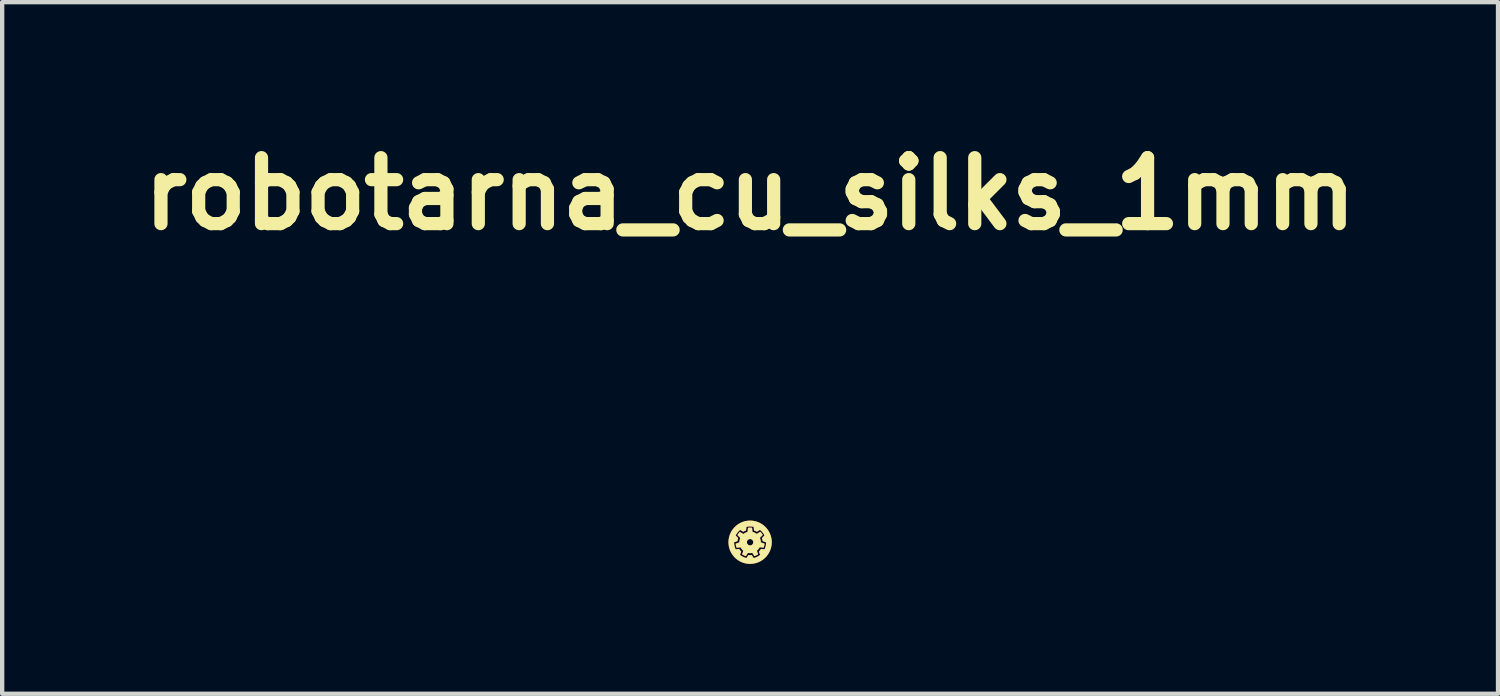
<source format=kicad_pcb>
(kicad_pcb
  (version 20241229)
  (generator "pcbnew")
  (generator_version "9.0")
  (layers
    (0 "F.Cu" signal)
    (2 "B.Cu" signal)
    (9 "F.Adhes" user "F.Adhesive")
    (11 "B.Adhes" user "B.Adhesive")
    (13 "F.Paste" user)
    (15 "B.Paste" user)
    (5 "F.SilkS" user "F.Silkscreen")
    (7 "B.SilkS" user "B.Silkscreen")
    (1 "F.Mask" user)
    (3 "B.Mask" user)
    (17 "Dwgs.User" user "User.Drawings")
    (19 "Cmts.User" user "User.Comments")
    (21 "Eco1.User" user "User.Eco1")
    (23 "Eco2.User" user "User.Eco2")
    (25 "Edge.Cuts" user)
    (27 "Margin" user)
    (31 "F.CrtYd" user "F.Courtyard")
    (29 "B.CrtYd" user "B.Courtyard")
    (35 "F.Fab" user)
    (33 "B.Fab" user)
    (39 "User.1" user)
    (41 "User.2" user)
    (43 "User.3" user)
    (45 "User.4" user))
  (footprint "robotarna_cu_silks_1mm"
    (layer "F.Cu")
    (at 14.275 9.474)
    (property "Reference" "robotarna_cu_silks_1mm" (at 0 -8.048 0) (layer "F.SilkS") (effects (font (size 1.524 1.524) (thickness 0.305))))
    (attr smd)
    (fp_poly (pts (xy -0.000001 0.073) (xy -0.331 0.061) (xy -0.33 0.067) (xy -0.328 0.072) (xy -0.327 0.077) (xy -0.326 0.082) (xy -0.325 0.088) (xy -0.323 0.093) (xy -0.322 0.098) (xy -0.32 0.103) (xy -0.318 0.108) (xy -0.317 0.113) (xy -0.315 0.118) (xy -0.313 0.123) (xy -0.311 0.128) (xy -0.22 0.118) (xy -0.218 0.122) (xy -0.215 0.127) (xy -0.213 0.132) (xy -0.21 0.136) (xy -0.207 0.141) (xy -0.204 0.145) (xy -0.201 0.15) (xy -0.197 0.154) (xy -0.194 0.158) (xy -0.191 0.162) (xy -0.187 0.166) (xy -0.184 0.17) (xy -0.18 0.174) (xy -0.176 0.178) (xy -0.173 0.182) (xy -0.169 0.185) (xy -0.165 0.189) (xy -0.161 0.193) (xy -0.157 0.196) (xy -0.185 0.28) (xy -0.181 0.283) (xy -0.176 0.286) (xy -0.171 0.288) (xy -0.167 0.291) (xy -0.162 0.294) (xy -0.157 0.296) (xy -0.152 0.299) (xy -0.148 0.301) (xy -0.143 0.303) (xy -0.138 0.306) (xy -0.133 0.308) (xy -0.128 0.31) (xy -0.123 0.312) (xy -0.118 0.314) (xy -0.113 0.316) (xy -0.107 0.318) (xy -0.102 0.319) (xy -0.097 0.321) (xy -0.05 0.247) (xy -0.045 0.248) (xy -0.039 0.249) (xy -0.034 0.249) (xy -0.028 0.25) (xy -0.023 0.251) (xy -0.017 0.251) (xy -0.012 0.251) (xy -0.006 0.252) (xy -0.000186 0.252) (xy 0.005 0.252) (xy 0.01 0.251) (xy 0.015 0.251) (xy 0.02 0.251) (xy 0.026 0.25) (xy 0.031 0.25) (xy 0.036 0.249) (xy 0.041 0.248) (xy 0.046 0.247) (xy 0.051 0.247) (xy 0.098 0.321) (xy 0.103 0.319) (xy 0.109 0.317) (xy 0.114 0.316) (xy 0.119 0.314) (xy 0.124 0.312) (xy 0.129 0.31) (xy 0.134 0.308) (xy 0.139 0.305) (xy 0.144 0.303) (xy 0.149 0.301) (xy 0.153 0.298) (xy 0.158 0.296) (xy 0.163 0.293) (xy 0.168 0.291) (xy 0.172 0.288) (xy 0.177 0.285) (xy 0.181 0.282) (xy 0.186 0.279) (xy 0.157 0.196) (xy 0.161 0.192) (xy 0.165 0.189) (xy 0.169 0.185) (xy 0.173 0.182) (xy 0.177 0.178) (xy 0.181 0.174) (xy 0.184 0.17) (xy 0.188 0.166) (xy 0.192 0.162) (xy 0.195 0.157) (xy 0.198 0.153) (xy 0.201 0.149) (xy 0.205 0.144) (xy 0.208 0.14) (xy 0.211 0.135) (xy 0.213 0.131) (xy 0.216 0.126) (xy 0.219 0.121) (xy 0.221 0.116) (xy 0.312 0.126) (xy 0.314 0.121) (xy 0.316 0.116) (xy 0.318 0.111) (xy 0.319 0.106) (xy 0.321 0.101) (xy 0.322 0.096) (xy 0.324 0.091) (xy 0.325 0.086) (xy 0.327 0.08) (xy 0.328 0.075) (xy 0.329 0.07) (xy 0.33 0.065) (xy 0.331 0.059) (xy 0.332 0.054) (xy 0.333 0.049) (xy 0.334 0.043) (xy 0.334 0.038) (xy 0.335 0.033) (xy 0.249 0.002) (xy 0.248 -0.004) (xy 0.248 -0.009) (xy 0.248 -0.015) (xy 0.247 -0.021) (xy 0.247 -0.026) (xy 0.246 -0.032) (xy 0.245 -0.038) (xy 0.244 -0.043) (xy 0.243 -0.049) (xy 0.242 -0.054) (xy 0.241 -0.059) (xy 0.239 -0.065) (xy 0.238 -0.07) (xy 0.236 -0.075) (xy 0.234 -0.081) (xy 0.232 -0.086) (xy 0.23 -0.091) (xy 0.228 -0.096) (xy 0.226 -0.101) (xy 0.292 -0.169) (xy 0.29 -0.173) (xy 0.287 -0.178) (xy 0.284 -0.183) (xy 0.281 -0.188) (xy 0.277 -0.192) (xy 0.274 -0.197) (xy 0.271 -0.201) (xy 0.268 -0.206) (xy 0.264 -0.21) (xy 0.261 -0.214) (xy 0.257 -0.219) (xy 0.254 -0.223) (xy 0.25 -0.227) (xy 0.246 -0.231) (xy 0.242 -0.235) (xy 0.238 -0.239) (xy 0.234 -0.243) (xy 0.153 -0.192) (xy 0.149 -0.195) (xy 0.145 -0.199) (xy 0.141 -0.202) (xy 0.136 -0.205) (xy 0.132 -0.208) (xy 0.127 -0.21) (xy 0.122 -0.213) (xy 0.118 -0.216) (xy 0.113 -0.218) (xy 0.108 -0.221) (xy 0.103 -0.223) (xy 0.098 -0.225) (xy 0.093 -0.227) (xy 0.088 -0.229) (xy 0.083 -0.231) (xy 0.078 -0.233) (xy 0.073 -0.234) (xy 0.067 -0.236) (xy 0.062 -0.237) (xy 0.057 -0.239) (xy 0.045 -0.335) (xy 0.04 -0.336) (xy 0.034 -0.336) (xy 0.029 -0.337) (xy 0.023 -0.337) (xy 0.017 -0.338) (xy 0.012 -0.338) (xy 0.006 -0.338) (xy 0.001 -0.338) (xy -0.005 -0.338) (xy -0.011 -0.338) (xy -0.016 -0.338) (xy -0.022 -0.337) (xy -0.027 -0.337) (xy -0.033 -0.336) (xy -0.038 -0.336) (xy -0.043 -0.335) (xy -0.049 -0.334) (xy -0.06 -0.238) (xy -0.065 -0.237) (xy -0.07 -0.235) (xy -0.075 -0.233) (xy -0.081 -0.232) (xy -0.086 -0.23) (xy -0.091 -0.228) (xy -0.096 -0.226) (xy -0.101 -0.224) (xy -0.106 -0.222) (xy -0.11 -0.219) (xy -0.115 -0.217) (xy -0.12 -0.214) (xy -0.125 -0.212) (xy -0.129 -0.209) (xy -0.134 -0.206) (xy -0.138 -0.203) (xy -0.142 -0.2) (xy -0.147 -0.197) (xy -0.151 -0.194) (xy -0.155 -0.191) (xy -0.237 -0.241) (xy -0.24 -0.237) (xy -0.244 -0.233) (xy -0.248 -0.229) (xy -0.252 -0.225) (xy -0.255 -0.22) (xy -0.259 -0.216) (xy -0.263 -0.212) (xy -0.266 -0.207) (xy -0.269 -0.203) (xy -0.273 -0.198) (xy -0.276 -0.194) (xy -0.279 -0.189) (xy -0.282 -0.185) (xy -0.285 -0.18) (xy -0.288 -0.175) (xy -0.291 -0.17) (xy -0.294 -0.165) (xy -0.227 -0.098) (xy -0.229 -0.093) (xy -0.231 -0.088) (xy -0.233 -0.083) (xy -0.235 -0.078) (xy -0.236 -0.073) (xy -0.238 -0.068) (xy -0.239 -0.063) (xy -0.241 -0.057) (xy -0.242 -0.052) (xy -0.243 -0.047) (xy -0.244 -0.041) (xy -0.245 -0.036) (xy -0.246 -0.031) (xy -0.247 -0.025) (xy -0.247 -0.02) (xy -0.248 -0.014) (xy -0.248 -0.008) (xy -0.248 -0.003) (xy -0.248 0.003) (xy -0.248 0.003) (xy -0.335 0.034) (xy -0.334 0.04) (xy -0.333 0.045) (xy -0.332 0.051) (xy -0.332 0.056) (xy -0.331 0.061) (xy -0.000001 0.073) (xy -0.005 0.073) (xy -0.01 0.072) (xy -0.015 0.071) (xy -0.02 0.07) (xy -0.025 0.069) (xy -0.03 0.067) (xy -0.034 0.065) (xy -0.038 0.062) (xy -0.042 0.059) (xy -0.046 0.056) (xy -0.05 0.053) (xy -0.053 0.05) (xy -0.056 0.046) (xy -0.059 0.042) (xy -0.062 0.038) (xy -0.065 0.034) (xy -0.067 0.03) (xy -0.069 0.025) (xy -0.07 0.02) (xy -0.071 0.015) (xy -0.072 0.01) (xy -0.073 0.005) (xy -0.073 0.000002) (xy -0.073 -0.005) (xy -0.072 -0.01) (xy -0.071 -0.015) (xy -0.07 -0.02) (xy -0.069 -0.025) (xy -0.067 -0.03) (xy -0.065 -0.034) (xy -0.062 -0.038) (xy -0.059 -0.042) (xy -0.056 -0.046) (xy -0.053 -0.05) (xy -0.05 -0.053) (xy -0.046 -0.056) (xy -0.042 -0.059) (xy -0.038 -0.062) (xy -0.034 -0.065) (xy -0.03 -0.067) (xy -0.025 -0.069) (xy -0.02 -0.07) (xy -0.015 -0.071) (xy -0.01 -0.072) (xy -0.005 -0.073) (xy -0.000001 -0.073) (xy 0.005 -0.073) (xy 0.01 -0.072) (xy 0.015 -0.071) (xy 0.02 -0.07) (xy 0.025 -0.069) (xy 0.03 -0.067) (xy 0.034 -0.065) (xy 0.038 -0.062) (xy 0.042 -0.059) (xy 0.046 -0.056) (xy 0.05 -0.053) (xy 0.053 -0.05) (xy 0.056 -0.046) (xy 0.059 -0.042) (xy 0.062 -0.038) (xy 0.065 -0.034) (xy 0.067 -0.03) (xy 0.069 -0.025) (xy 0.07 -0.02) (xy 0.071 -0.015) (xy 0.072 -0.01) (xy 0.073 -0.005) (xy 0.073 0.000002) (xy 0.073 0.005) (xy 0.072 0.01) (xy 0.071 0.015) (xy 0.07 0.02) (xy 0.069 0.025) (xy 0.067 0.03) (xy 0.065 0.034) (xy 0.062 0.038) (xy 0.059 0.042) (xy 0.056 0.046) (xy 0.053 0.05) (xy 0.05 0.053) (xy 0.046 0.056) (xy 0.042 0.059) (xy 0.038 0.062) (xy 0.034 0.065) (xy 0.03 0.067) (xy 0.025 0.069) (xy 0.02 0.07) (xy 0.015 0.071) (xy 0.01 0.072) (xy 0.005 0.073) (xy -0.000001 0.073)) (stroke (width 0) (type solid)) (fill yes) (layer "F.Cu"))
    (fp_poly (pts (xy 0.333 0.163) (xy 0.074 0.495) (xy 0.079 0.494) (xy 0.084 0.493) (xy 0.089 0.492) (xy 0.094 0.491) (xy 0.099 0.49) (xy 0.105 0.489) (xy 0.11 0.488) (xy 0.115 0.487) (xy 0.12 0.486) (xy 0.125 0.484) (xy 0.13 0.483) (xy 0.135 0.482) (xy 0.139 0.48) (xy 0.144 0.479) (xy 0.149 0.477) (xy 0.154 0.476) (xy 0.159 0.474) (xy 0.164 0.473) (xy 0.169 0.471) (xy 0.173 0.469) (xy 0.178 0.467) (xy 0.183 0.465) (xy 0.188 0.464) (xy 0.192 0.462) (xy 0.197 0.46) (xy 0.202 0.458) (xy 0.206 0.456) (xy 0.211 0.454) (xy 0.215 0.451) (xy 0.22 0.449) (xy 0.224 0.447) (xy 0.229 0.445) (xy 0.233 0.442) (xy 0.238 0.44) (xy 0.242 0.438) (xy 0.247 0.435) (xy 0.251 0.433) (xy 0.255 0.43) (xy 0.26 0.427) (xy 0.264 0.425) (xy 0.268 0.422) (xy 0.272 0.419) (xy 0.276 0.417) (xy 0.281 0.414) (xy 0.285 0.411) (xy 0.289 0.408) (xy 0.293 0.405) (xy 0.297 0.402) (xy 0.301 0.399) (xy 0.305 0.396) (xy 0.309 0.393) (xy 0.313 0.39) (xy 0.317 0.387) (xy 0.32 0.384) (xy 0.324 0.381) (xy 0.328 0.377) (xy 0.332 0.374) (xy 0.335 0.371) (xy 0.339 0.367) (xy 0.343 0.364) (xy 0.346 0.361) (xy 0.35 0.357) (xy 0.354 0.354) (xy 0.357 0.35) (xy 0.361 0.346) (xy 0.364 0.343) (xy 0.367 0.339) (xy 0.371 0.335) (xy 0.374 0.332) (xy 0.377 0.328) (xy 0.381 0.324) (xy 0.384 0.32) (xy 0.387 0.317) (xy 0.39 0.313) (xy 0.393 0.309) (xy 0.396 0.305) (xy 0.399 0.301) (xy 0.402 0.297) (xy 0.405 0.293) (xy 0.408 0.289) (xy 0.411 0.285) (xy 0.414 0.281) (xy 0.417 0.276) (xy 0.419 0.272) (xy 0.422 0.268) (xy 0.425 0.264) (xy 0.427 0.26) (xy 0.43 0.255) (xy 0.433 0.251) (xy 0.435 0.247) (xy 0.438 0.242) (xy 0.44 0.238) (xy 0.442 0.233) (xy 0.445 0.229) (xy 0.447 0.224) (xy 0.449 0.22) (xy 0.451 0.215) (xy 0.454 0.211) (xy 0.456 0.206) (xy 0.458 0.202) (xy 0.46 0.197) (xy 0.462 0.192) (xy 0.464 0.188) (xy 0.465 0.183) (xy 0.467 0.178) (xy 0.469 0.173) (xy 0.471 0.169) (xy 0.473 0.164) (xy 0.474 0.159) (xy 0.476 0.154) (xy 0.477 0.149) (xy 0.479 0.144) (xy 0.48 0.139) (xy 0.482 0.135) (xy 0.483 0.13) (xy 0.484 0.125) (xy 0.486 0.12) (xy 0.487 0.115) (xy 0.488 0.11) (xy 0.489 0.105) (xy 0.49 0.1) (xy 0.491 0.094) (xy 0.492 0.089) (xy 0.493 0.084) (xy 0.494 0.079) (xy 0.495 0.074) (xy 0.495 0.069) (xy 0.496 0.064) (xy 0.497 0.058) (xy 0.497 0.053) (xy 0.498 0.048) (xy 0.498 0.043) (xy 0.499 0.037) (xy 0.499 0.032) (xy 0.499 0.027) (xy 0.5 0.021) (xy 0.5 0.016) (xy 0.5 0.011) (xy 0.5 0.005) (xy 0.5 0.000001) (xy 0.5 -0.005) (xy 0.5 -0.011) (xy 0.5 -0.016) (xy 0.5 -0.021) (xy 0.499 -0.027) (xy 0.499 -0.032) (xy 0.499 -0.037) (xy 0.498 -0.043) (xy 0.498 -0.048) (xy 0.497 -0.053) (xy 0.497 -0.058) (xy 0.496 -0.064) (xy 0.495 -0.069) (xy 0.495 -0.074) (xy 0.494 -0.079) (xy 0.493 -0.084) (xy 0.492 -0.089) (xy 0.491 -0.094) (xy 0.49 -0.099) (xy 0.489 -0.105) (xy 0.488 -0.11) (xy 0.487 -0.115) (xy 0.486 -0.12) (xy 0.484 -0.125) (xy 0.483 -0.13) (xy 0.482 -0.135) (xy 0.48 -0.139) (xy 0.479 -0.144) (xy 0.477 -0.149) (xy 0.476 -0.154) (xy 0.474 -0.159) (xy 0.473 -0.164) (xy 0.471 -0.169) (xy 0.469 -0.173) (xy 0.467 -0.178) (xy 0.465 -0.183) (xy 0.464 -0.188) (xy 0.462 -0.192) (xy 0.46 -0.197) (xy 0.458 -0.202) (xy 0.456 -0.206) (xy 0.454 -0.211) (xy 0.451 -0.215) (xy 0.449 -0.22) (xy 0.447 -0.224) (xy 0.445 -0.229) (xy 0.442 -0.233) (xy 0.44 -0.238) (xy 0.438 -0.242) (xy 0.435 -0.247) (xy 0.433 -0.251) (xy 0.43 -0.255) (xy 0.427 -0.26) (xy 0.425 -0.264) (xy 0.422 -0.268) (xy 0.419 -0.272) (xy 0.417 -0.276) (xy 0.414 -0.281) (xy 0.411 -0.285) (xy 0.408 -0.289) (xy 0.405 -0.293) (xy 0.402 -0.297) (xy 0.399 -0.301) (xy 0.396 -0.305) (xy 0.393 -0.309) (xy 0.39 -0.313) (xy 0.387 -0.317) (xy 0.384 -0.32) (xy 0.381 -0.324) (xy 0.377 -0.328) (xy 0.374 -0.332) (xy 0.371 -0.335) (xy 0.367 -0.339) (xy 0.364 -0.343) (xy 0.361 -0.346) (xy 0.357 -0.35) (xy 0.354 -0.354) (xy 0.35 -0.357) (xy 0.346 -0.361) (xy 0.343 -0.364) (xy 0.339 -0.367) (xy 0.335 -0.371) (xy 0.332 -0.374) (xy 0.328 -0.377) (xy 0.324 -0.381) (xy 0.32 -0.384) (xy 0.317 -0.387) (xy 0.313 -0.39) (xy 0.309 -0.393) (xy 0.305 -0.396) (xy 0.301 -0.399) (xy 0.297 -0.402) (xy 0.293 -0.405) (xy 0.289 -0.408) (xy 0.285 -0.411) (xy 0.281 -0.414) (xy 0.276 -0.417) (xy 0.272 -0.419) (xy 0.268 -0.422) (xy 0.264 -0.425) (xy 0.26 -0.427) (xy 0.255 -0.43) (xy 0.251 -0.433) (xy 0.247 -0.435) (xy 0.242 -0.438) (xy 0.238 -0.44) (xy 0.233 -0.442) (xy 0.229 -0.445) (xy 0.224 -0.447) (xy 0.22 -0.449) (xy 0.215 -0.451) (xy 0.211 -0.454) (xy 0.206 -0.456) (xy 0.202 -0.458) (xy 0.197 -0.46) (xy 0.192 -0.462) (xy 0.188 -0.464) (xy 0.183 -0.465) (xy 0.178 -0.467) (xy 0.173 -0.469) (xy 0.169 -0.471) (xy 0.164 -0.473) (xy 0.159 -0.474) (xy 0.154 -0.476) (xy 0.149 -0.477) (xy 0.144 -0.479) (xy 0.139 -0.48) (xy 0.135 -0.482) (xy 0.13 -0.483) (xy 0.125 -0.484) (xy 0.12 -0.486) (xy 0.115 -0.487) (xy 0.11 -0.488) (xy 0.105 -0.489) (xy 0.099 -0.49) (xy 0.094 -0.491) (xy 0.089 -0.492) (xy 0.084 -0.493) (xy 0.079 -0.494) (xy 0.074 -0.495) (xy 0.069 -0.495) (xy 0.064 -0.496) (xy 0.058 -0.497) (xy 0.053 -0.497) (xy 0.048 -0.498) (xy 0.043 -0.498) (xy 0.037 -0.499) (xy 0.032 -0.499) (xy 0.027 -0.499) (xy 0.021 -0.5) (xy 0.016 -0.5) (xy 0.011 -0.5) (xy 0.005 -0.5) (xy -0.000001 -0.5) (xy -0.005 -0.5) (xy -0.011 -0.5) (xy -0.016 -0.5) (xy -0.021 -0.5) (xy -0.027 -0.499) (xy -0.032 -0.499) (xy -0.037 -0.499) (xy -0.043 -0.498) (xy -0.048 -0.498) (xy -0.053 -0.497) (xy -0.058 -0.497) (xy -0.064 -0.496) (xy -0.069 -0.495) (xy -0.074 -0.495) (xy -0.079 -0.494) (xy -0.084 -0.493) (xy -0.089 -0.492) (xy -0.094 -0.491) (xy -0.1 -0.49) (xy -0.105 -0.489) (xy -0.11 -0.488) (xy -0.115 -0.487) (xy -0.12 -0.486) (xy -0.125 -0.484) (xy -0.13 -0.483) (xy -0.135 -0.482) (xy -0.139 -0.48) (xy -0.144 -0.479) (xy -0.149 -0.477) (xy -0.154 -0.476) (xy -0.159 -0.474) (xy -0.164 -0.473) (xy -0.169 -0.471) (xy -0.173 -0.469) (xy -0.178 -0.467) (xy -0.183 -0.465) (xy -0.188 -0.464) (xy -0.192 -0.462) (xy -0.197 -0.46) (xy -0.202 -0.458) (xy -0.206 -0.456) (xy -0.211 -0.454) (xy -0.215 -0.451) (xy -0.22 -0.449) (xy -0.224 -0.447) (xy -0.229 -0.445) (xy -0.233 -0.442) (xy -0.238 -0.44) (xy -0.242 -0.438) (xy -0.247 -0.435) (xy -0.251 -0.433) (xy -0.255 -0.43) (xy -0.26 -0.427) (xy -0.264 -0.425) (xy -0.268 -0.422) (xy -0.272 -0.419) (xy -0.276 -0.417) (xy -0.281 -0.414) (xy -0.285 -0.411) (xy -0.289 -0.408) (xy -0.293 -0.405) (xy -0.297 -0.402) (xy -0.301 -0.399) (xy -0.305 -0.396) (xy -0.309 -0.393) (xy -0.313 -0.39) (xy -0.317 -0.387) (xy -0.32 -0.384) (xy -0.324 -0.381) (xy -0.328 -0.377) (xy -0.332 -0.374) (xy -0.335 -0.371) (xy -0.339 -0.367) (xy -0.343 -0.364) (xy -0.346 -0.361) (xy -0.35 -0.357) (xy -0.354 -0.354) (xy -0.357 -0.35) (xy -0.361 -0.346) (xy -0.364 -0.343) (xy -0.367 -0.339) (xy -0.371 -0.335) (xy -0.374 -0.332) (xy -0.377 -0.328) (xy -0.381 -0.324) (xy -0.384 -0.32) (xy -0.387 -0.317) (xy -0.39 -0.313) (xy -0.393 -0.309) (xy -0.396 -0.305) (xy -0.399 -0.301) (xy -0.402 -0.297) (xy -0.405 -0.293) (xy -0.408 -0.289) (xy -0.411 -0.285) (xy -0.414 -0.281) (xy -0.417 -0.276) (xy -0.419 -0.272) (xy -0.422 -0.268) (xy -0.425 -0.264) (xy -0.427 -0.26) (xy -0.43 -0.255) (xy -0.433 -0.251) (xy -0.435 -0.247) (xy -0.438 -0.242) (xy -0.44 -0.238) (xy -0.442 -0.233) (xy -0.445 -0.229) (xy -0.447 -0.224) (xy -0.449 -0.22) (xy -0.451 -0.215) (xy -0.454 -0.211) (xy -0.456 -0.206) (xy -0.458 -0.202) (xy -0.46 -0.197) (xy -0.462 -0.192) (xy -0.464 -0.188) (xy -0.465 -0.183) (xy -0.467 -0.178) (xy -0.469 -0.173) (xy -0.471 -0.169) (xy -0.473 -0.164) (xy -0.474 -0.159) (xy -0.476 -0.154) (xy -0.477 -0.149) (xy -0.479 -0.144) (xy -0.48 -0.139) (xy -0.482 -0.135) (xy -0.483 -0.13) (xy -0.484 -0.125) (xy -0.486 -0.12) (xy -0.487 -0.115) (xy -0.488 -0.11) (xy -0.489 -0.105) (xy -0.49 -0.099) (xy -0.491 -0.094) (xy -0.492 -0.089) (xy -0.493 -0.084) (xy -0.494 -0.079) (xy -0.495 -0.074) (xy -0.495 -0.069) (xy -0.496 -0.064) (xy -0.497 -0.058) (xy -0.497 -0.053) (xy -0.498 -0.048) (xy -0.498 -0.043) (xy -0.499 -0.037) (xy -0.499 -0.032) (xy -0.499 -0.027) (xy -0.5 -0.021) (xy -0.5 -0.016) (xy -0.5 -0.011) (xy -0.5 -0.005) (xy -0.5 0.000001) (xy -0.5 0.005) (xy -0.5 0.011) (xy -0.5 0.016) (xy -0.5 0.021) (xy -0.499 0.027) (xy -0.499 0.032) (xy -0.499 0.037) (xy -0.498 0.043) (xy -0.498 0.048) (xy -0.497 0.053) (xy -0.497 0.058) (xy -0.496 0.064) (xy -0.495 0.069) (xy -0.495 0.074) (xy -0.494 0.079) (xy -0.493 0.084) (xy -0.492 0.089) (xy -0.491 0.094) (xy -0.49 0.1) (xy -0.489 0.105) (xy -0.488 0.11) (xy -0.487 0.115) (xy -0.486 0.12) (xy -0.484 0.125) (xy -0.483 0.13) (xy -0.482 0.135) (xy -0.48 0.139) (xy -0.479 0.144) (xy -0.477 0.149) (xy -0.476 0.154) (xy -0.474 0.159) (xy -0.473 0.164) (xy -0.471 0.169) (xy -0.469 0.173) (xy -0.467 0.178) (xy -0.465 0.183) (xy -0.464 0.188) (xy -0.462 0.192) (xy -0.46 0.197) (xy -0.458 0.202) (xy -0.456 0.206) (xy -0.454 0.211) (xy -0.451 0.215) (xy -0.449 0.22) (xy -0.447 0.224) (xy -0.445 0.229) (xy -0.442 0.233) (xy -0.44 0.238) (xy -0.438 0.242) (xy -0.435 0.247) (xy -0.433 0.251) (xy -0.43 0.255) (xy -0.427 0.26) (xy -0.425 0.264) (xy -0.422 0.268) (xy -0.419 0.272) (xy -0.417 0.276) (xy -0.414 0.281) (xy -0.411 0.285) (xy -0.408 0.289) (xy -0.405 0.293) (xy -0.402 0.297) (xy -0.399 0.301) (xy -0.396 0.305) (xy -0.393 0.309) (xy -0.39 0.313) (xy -0.387 0.317) (xy -0.384 0.32) (xy -0.381 0.324) (xy -0.377 0.328) (xy -0.374 0.332) (xy -0.371 0.335) (xy -0.367 0.339) (xy -0.364 0.343) (xy -0.361 0.346) (xy -0.357 0.35) (xy -0.354 0.354) (xy -0.35 0.357) (xy -0.346 0.361) (xy -0.343 0.364) (xy -0.339 0.367) (xy -0.335 0.371) (xy -0.332 0.374) (xy -0.328 0.377) (xy -0.324 0.381) (xy -0.32 0.384) (xy -0.317 0.387) (xy -0.313 0.39) (xy -0.309 0.393) (xy -0.305 0.396) (xy -0.301 0.399) (xy -0.297 0.402) (xy -0.293 0.405) (xy -0.289 0.408) (xy -0.285 0.411) (xy -0.281 0.414) (xy -0.276 0.417) (xy -0.272 0.419) (xy -0.268 0.422) (xy -0.264 0.425) (xy -0.26 0.427) (xy -0.255 0.43) (xy -0.251 0.433) (xy -0.247 0.435) (xy -0.242 0.438) (xy -0.238 0.44) (xy -0.233 0.442) (xy -0.229 0.445) (xy -0.224 0.447) (xy -0.22 0.449) (xy -0.215 0.451) (xy -0.211 0.454) (xy -0.206 0.456) (xy -0.202 0.458) (xy -0.197 0.46) (xy -0.192 0.462) (xy -0.188 0.464) (xy -0.183 0.465) (xy -0.178 0.467) (xy -0.173 0.469) (xy -0.169 0.471) (xy -0.164 0.473) (xy -0.159 0.474) (xy -0.154 0.476) (xy -0.149 0.477) (xy -0.144 0.479) (xy -0.139 0.48) (xy -0.135 0.482) (xy -0.13 0.483) (xy -0.125 0.484) (xy -0.12 0.486) (xy -0.115 0.487) (xy -0.11 0.488) (xy -0.105 0.489) (xy -0.1 0.49) (xy -0.094 0.491) (xy -0.089 0.492) (xy -0.084 0.493) (xy -0.079 0.494) (xy -0.074 0.495) (xy -0.069 0.495) (xy -0.064 0.496) (xy -0.058 0.497) (xy -0.053 0.497) (xy -0.048 0.498) (xy -0.043 0.498) (xy -0.037 0.499) (xy -0.032 0.499) (xy -0.027 0.499) (xy -0.021 0.5) (xy -0.016 0.5) (xy -0.011 0.5) (xy -0.005 0.5) (xy -0.000001 0.5) (xy 0.005 0.5) (xy 0.011 0.5) (xy 0.016 0.5) (xy 0.021 0.5) (xy 0.027 0.499) (xy 0.032 0.499) (xy 0.037 0.499) (xy 0.043 0.498) (xy 0.048 0.498) (xy 0.053 0.497) (xy 0.058 0.497) (xy 0.064 0.496) (xy 0.069 0.495) (xy 0.074 0.495) (xy 0.333 0.163) (xy 0.251 0.154) (xy 0.248 0.159) (xy 0.245 0.163) (xy 0.242 0.168) (xy 0.239 0.173) (xy 0.235 0.177) (xy 0.232 0.182) (xy 0.229 0.186) (xy 0.225 0.19) (xy 0.222 0.195) (xy 0.218 0.199) (xy 0.214 0.203) (xy 0.211 0.207) (xy 0.207 0.211) (xy 0.203 0.215) (xy 0.23 0.293) (xy 0.225 0.296) (xy 0.221 0.299) (xy 0.217 0.303) (xy 0.212 0.306) (xy 0.208 0.309) (xy 0.203 0.312) (xy 0.199 0.315) (xy 0.194 0.318) (xy 0.189 0.321) (xy 0.185 0.324) (xy 0.18 0.326) (xy 0.175 0.329) (xy 0.17 0.332) (xy 0.165 0.334) (xy 0.16 0.336) (xy 0.156 0.339) (xy 0.151 0.341) (xy 0.145 0.343) (xy 0.14 0.345) (xy 0.135 0.348) (xy 0.13 0.35) (xy 0.125 0.351) (xy 0.12 0.353) (xy 0.114 0.355) (xy 0.109 0.357) (xy 0.104 0.358) (xy 0.098 0.36) (xy 0.093 0.361) (xy 0.088 0.363) (xy 0.082 0.364) (xy 0.039 0.295) (xy 0.034 0.296) (xy 0.029 0.297) (xy 0.024 0.297) (xy 0.019 0.297) (xy 0.014 0.298) (xy 0.009 0.298) (xy 0.004 0.298) (xy -0.001 0.298) (xy -0.006 0.298) (xy -0.011 0.298) (xy -0.016 0.298) (xy -0.021 0.297) (xy -0.026 0.297) (xy -0.031 0.297) (xy -0.036 0.296) (xy -0.041 0.295) (xy -0.084 0.364) (xy -0.089 0.362) (xy -0.095 0.361) (xy -0.1 0.359) (xy -0.106 0.358) (xy -0.111 0.356) (xy -0.116 0.354) (xy -0.122 0.353) (xy -0.127 0.351) (xy -0.132 0.349) (xy -0.137 0.347) (xy -0.142 0.345) (xy -0.147 0.343) (xy -0.152 0.34) (xy -0.157 0.338) (xy -0.162 0.336) (xy -0.167 0.333) (xy -0.172 0.331) (xy -0.177 0.328) (xy -0.182 0.325) (xy -0.186 0.323) (xy -0.191 0.32) (xy -0.196 0.317) (xy -0.2 0.314) (xy -0.205 0.311) (xy -0.209 0.308) (xy -0.214 0.305) (xy -0.218 0.301) (xy -0.223 0.298) (xy -0.227 0.295) (xy -0.231 0.291) (xy -0.205 0.215) (xy -0.209 0.211) (xy -0.213 0.207) (xy -0.217 0.203) (xy -0.22 0.199) (xy -0.224 0.195) (xy -0.227 0.19) (xy -0.231 0.186) (xy -0.234 0.182) (xy -0.238 0.177) (xy -0.241 0.173) (xy -0.244 0.168) (xy -0.247 0.163) (xy -0.25 0.159) (xy -0.253 0.154) (xy -0.333 0.163) (xy -0.335 0.158) (xy -0.337 0.153) (xy -0.34 0.148) (xy -0.342 0.143) (xy -0.344 0.138) (xy -0.345 0.133) (xy -0.347 0.128) (xy -0.349 0.123) (xy -0.351 0.118) (xy -0.352 0.113) (xy -0.354 0.108) (xy -0.355 0.103) (xy -0.357 0.097) (xy -0.358 0.092) (xy -0.359 0.087) (xy -0.361 0.082) (xy -0.362 0.076) (xy -0.363 0.071) (xy -0.364 0.065) (xy -0.364 0.06) (xy -0.365 0.055) (xy -0.366 0.049) (xy -0.367 0.044) (xy -0.367 0.038) (xy -0.368 0.033) (xy -0.368 0.027) (xy -0.368 0.021) (xy -0.368 0.016) (xy -0.369 0.01) (xy -0.369 0.005) (xy -0.369 0.002) (xy -0.291 -0.025) (xy -0.291 -0.031) (xy -0.29 -0.036) (xy -0.289 -0.041) (xy -0.288 -0.047) (xy -0.287 -0.052) (xy -0.286 -0.057) (xy -0.285 -0.062) (xy -0.284 -0.067) (xy -0.282 -0.073) (xy -0.281 -0.078) (xy -0.279 -0.083) (xy -0.278 -0.088) (xy -0.276 -0.093) (xy -0.274 -0.097) (xy -0.332 -0.156) (xy -0.329 -0.161) (xy -0.327 -0.166) (xy -0.324 -0.171) (xy -0.322 -0.176) (xy -0.319 -0.18) (xy -0.316 -0.185) (xy -0.313 -0.19) (xy -0.31 -0.195) (xy -0.307 -0.199) (xy -0.304 -0.204) (xy -0.301 -0.208) (xy -0.298 -0.213) (xy -0.294 -0.217) (xy -0.291 -0.222) (xy -0.287 -0.226) (xy -0.284 -0.23) (xy -0.28 -0.235) (xy -0.277 -0.239) (xy -0.273 -0.243) (xy -0.269 -0.247) (xy -0.265 -0.251) (xy -0.262 -0.255) (xy -0.258 -0.259) (xy -0.254 -0.263) (xy -0.25 -0.266) (xy -0.246 -0.27) (xy -0.241 -0.274) (xy -0.237 -0.277) (xy -0.233 -0.281) (xy -0.229 -0.284) (xy -0.158 -0.24) (xy -0.153 -0.243) (xy -0.148 -0.246) (xy -0.144 -0.249) (xy -0.139 -0.251) (xy -0.134 -0.254) (xy -0.129 -0.256) (xy -0.124 -0.259) (xy -0.119 -0.261) (xy -0.114 -0.263) (xy -0.109 -0.265) (xy -0.104 -0.267) (xy -0.099 -0.269) (xy -0.093 -0.271) (xy -0.084 -0.354) (xy -0.078 -0.356) (xy -0.073 -0.357) (xy -0.067 -0.358) (xy -0.062 -0.359) (xy -0.056 -0.36) (xy -0.051 -0.36) (xy -0.045 -0.361) (xy -0.04 -0.362) (xy -0.034 -0.362) (xy -0.028 -0.363) (xy -0.023 -0.363) (xy -0.017 -0.364) (xy -0.011 -0.364) (xy -0.006 -0.364) (xy -0.000001 -0.364) (xy 0.006 -0.364) (xy 0.011 -0.364) (xy 0.017 -0.364) (xy 0.022 -0.363) (xy 0.028 -0.363) (xy 0.033 -0.362) (xy 0.039 -0.362) (xy 0.044 -0.361) (xy 0.049 -0.361) (xy 0.055 -0.36) (xy 0.06 -0.359) (xy 0.066 -0.358) (xy 0.071 -0.357) (xy 0.076 -0.356) (xy 0.081 -0.355) (xy 0.091 -0.271) (xy 0.096 -0.269) (xy 0.102 -0.267) (xy 0.107 -0.265) (xy 0.112 -0.263) (xy 0.117 -0.261) (xy 0.122 -0.259) (xy 0.127 -0.256) (xy 0.132 -0.254) (xy 0.137 -0.251) (xy 0.141 -0.249) (xy 0.146 -0.246) (xy 0.151 -0.243) (xy 0.155 -0.24) (xy 0.228 -0.285) (xy 0.232 -0.282) (xy 0.236 -0.278) (xy 0.241 -0.275) (xy 0.245 -0.271) (xy 0.249 -0.267) (xy 0.253 -0.264) (xy 0.257 -0.26) (xy 0.261 -0.256) (xy 0.265 -0.252) (xy 0.268 -0.248) (xy 0.272 -0.244) (xy 0.276 -0.24) (xy 0.279 -0.236) (xy 0.283 -0.231) (xy 0.287 -0.227) (xy 0.29 -0.223) (xy 0.293 -0.219) (xy 0.297 -0.214) (xy 0.3 -0.21) (xy 0.303 -0.205) (xy 0.306 -0.201) (xy 0.309 -0.196) (xy 0.312 -0.191) (xy 0.315 -0.187) (xy 0.318 -0.182) (xy 0.321 -0.177) (xy 0.323 -0.172) (xy 0.326 -0.167) (xy 0.329 -0.162) (xy 0.331 -0.157) (xy 0.272 -0.097) (xy 0.274 -0.093) (xy 0.275 -0.088) (xy 0.277 -0.083) (xy 0.279 -0.078) (xy 0.28 -0.073) (xy 0.281 -0.067) (xy 0.283 -0.062) (xy 0.284 -0.057) (xy 0.285 -0.052) (xy 0.286 -0.047) (xy 0.287 -0.041) (xy 0.288 -0.036) (xy 0.289 -0.031) (xy 0.289 -0.025) (xy 0.369 0.003) (xy 0.369 0.005) (xy 0.369 0.01) (xy 0.368 0.016) (xy 0.368 0.021) (xy 0.368 0.027) (xy 0.368 0.033) (xy 0.367 0.038) (xy 0.366 0.044) (xy 0.366 0.049) (xy 0.365 0.055) (xy 0.364 0.06) (xy 0.364 0.066) (xy 0.363 0.071) (xy 0.362 0.076) (xy 0.36 0.082) (xy 0.359 0.087) (xy 0.358 0.092) (xy 0.357 0.098) (xy 0.355 0.103) (xy 0.354 0.108) (xy 0.352 0.113) (xy 0.351 0.118) (xy 0.349 0.123) (xy 0.347 0.128) (xy 0.345 0.133) (xy 0.343 0.138) (xy 0.342 0.143) (xy 0.339 0.148) (xy 0.337 0.153) (xy 0.335 0.158) (xy 0.333 0.163)) (stroke (width 0) (type solid)) (fill yes) (layer "F.Cu"))
    (fp_poly (pts (xy -0.000001 0.073) (xy -0.331 0.061) (xy -0.33 0.067) (xy -0.328 0.072) (xy -0.327 0.077) (xy -0.326 0.082) (xy -0.325 0.088) (xy -0.323 0.093) (xy -0.322 0.098) (xy -0.32 0.103) (xy -0.318 0.108) (xy -0.317 0.113) (xy -0.315 0.118) (xy -0.313 0.123) (xy -0.311 0.128) (xy -0.22 0.118) (xy -0.218 0.122) (xy -0.215 0.127) (xy -0.213 0.132) (xy -0.21 0.136) (xy -0.207 0.141) (xy -0.204 0.145) (xy -0.201 0.15) (xy -0.197 0.154) (xy -0.194 0.158) (xy -0.191 0.162) (xy -0.187 0.166) (xy -0.184 0.17) (xy -0.18 0.174) (xy -0.176 0.178) (xy -0.173 0.182) (xy -0.169 0.185) (xy -0.165 0.189) (xy -0.161 0.193) (xy -0.157 0.196) (xy -0.185 0.28) (xy -0.181 0.283) (xy -0.176 0.286) (xy -0.171 0.288) (xy -0.167 0.291) (xy -0.162 0.294) (xy -0.157 0.296) (xy -0.152 0.299) (xy -0.148 0.301) (xy -0.143 0.303) (xy -0.138 0.306) (xy -0.133 0.308) (xy -0.128 0.31) (xy -0.123 0.312) (xy -0.118 0.314) (xy -0.113 0.316) (xy -0.107 0.318) (xy -0.102 0.319) (xy -0.097 0.321) (xy -0.05 0.247) (xy -0.045 0.248) (xy -0.039 0.249) (xy -0.034 0.249) (xy -0.028 0.25) (xy -0.023 0.251) (xy -0.017 0.251) (xy -0.012 0.251) (xy -0.006 0.252) (xy -0.000186 0.252) (xy 0.005 0.252) (xy 0.01 0.251) (xy 0.015 0.251) (xy 0.02 0.251) (xy 0.026 0.25) (xy 0.031 0.25) (xy 0.036 0.249) (xy 0.041 0.248) (xy 0.046 0.247) (xy 0.051 0.247) (xy 0.098 0.321) (xy 0.103 0.319) (xy 0.109 0.317) (xy 0.114 0.316) (xy 0.119 0.314) (xy 0.124 0.312) (xy 0.129 0.31) (xy 0.134 0.308) (xy 0.139 0.305) (xy 0.144 0.303) (xy 0.149 0.301) (xy 0.153 0.298) (xy 0.158 0.296) (xy 0.163 0.293) (xy 0.168 0.291) (xy 0.172 0.288) (xy 0.177 0.285) (xy 0.181 0.282) (xy 0.186 0.279) (xy 0.157 0.196) (xy 0.161 0.192) (xy 0.165 0.189) (xy 0.169 0.185) (xy 0.173 0.182) (xy 0.177 0.178) (xy 0.181 0.174) (xy 0.184 0.17) (xy 0.188 0.166) (xy 0.192 0.162) (xy 0.195 0.157) (xy 0.198 0.153) (xy 0.201 0.149) (xy 0.205 0.144) (xy 0.208 0.14) (xy 0.211 0.135) (xy 0.213 0.131) (xy 0.216 0.126) (xy 0.219 0.121) (xy 0.221 0.116) (xy 0.312 0.126) (xy 0.314 0.121) (xy 0.316 0.116) (xy 0.318 0.111) (xy 0.319 0.106) (xy 0.321 0.101) (xy 0.322 0.096) (xy 0.324 0.091) (xy 0.325 0.086) (xy 0.327 0.08) (xy 0.328 0.075) (xy 0.329 0.07) (xy 0.33 0.065) (xy 0.331 0.059) (xy 0.332 0.054) (xy 0.333 0.049) (xy 0.334 0.043) (xy 0.334 0.038) (xy 0.335 0.033) (xy 0.249 0.002) (xy 0.248 -0.004) (xy 0.248 -0.009) (xy 0.248 -0.015) (xy 0.247 -0.021) (xy 0.247 -0.026) (xy 0.246 -0.032) (xy 0.245 -0.038) (xy 0.244 -0.043) (xy 0.243 -0.049) (xy 0.242 -0.054) (xy 0.241 -0.059) (xy 0.239 -0.065) (xy 0.238 -0.07) (xy 0.236 -0.075) (xy 0.234 -0.081) (xy 0.232 -0.086) (xy 0.23 -0.091) (xy 0.228 -0.096) (xy 0.226 -0.101) (xy 0.292 -0.169) (xy 0.29 -0.173) (xy 0.287 -0.178) (xy 0.284 -0.183) (xy 0.281 -0.188) (xy 0.277 -0.192) (xy 0.274 -0.197) (xy 0.271 -0.201) (xy 0.268 -0.206) (xy 0.264 -0.21) (xy 0.261 -0.214) (xy 0.257 -0.219) (xy 0.254 -0.223) (xy 0.25 -0.227) (xy 0.246 -0.231) (xy 0.242 -0.235) (xy 0.238 -0.239) (xy 0.234 -0.243) (xy 0.153 -0.192) (xy 0.149 -0.195) (xy 0.145 -0.199) (xy 0.141 -0.202) (xy 0.136 -0.205) (xy 0.132 -0.208) (xy 0.127 -0.21) (xy 0.122 -0.213) (xy 0.118 -0.216) (xy 0.113 -0.218) (xy 0.108 -0.221) (xy 0.103 -0.223) (xy 0.098 -0.225) (xy 0.093 -0.227) (xy 0.088 -0.229) (xy 0.083 -0.231) (xy 0.078 -0.233) (xy 0.073 -0.234) (xy 0.067 -0.236) (xy 0.062 -0.237) (xy 0.057 -0.239) (xy 0.045 -0.335) (xy 0.04 -0.336) (xy 0.034 -0.336) (xy 0.029 -0.337) (xy 0.023 -0.337) (xy 0.017 -0.338) (xy 0.012 -0.338) (xy 0.006 -0.338) (xy 0.001 -0.338) (xy -0.005 -0.338) (xy -0.011 -0.338) (xy -0.016 -0.338) (xy -0.022 -0.337) (xy -0.027 -0.337) (xy -0.033 -0.336) (xy -0.038 -0.336) (xy -0.043 -0.335) (xy -0.049 -0.334) (xy -0.06 -0.238) (xy -0.065 -0.237) (xy -0.07 -0.235) (xy -0.075 -0.233) (xy -0.081 -0.232) (xy -0.086 -0.23) (xy -0.091 -0.228) (xy -0.096 -0.226) (xy -0.101 -0.224) (xy -0.106 -0.222) (xy -0.11 -0.219) (xy -0.115 -0.217) (xy -0.12 -0.214) (xy -0.125 -0.212) (xy -0.129 -0.209) (xy -0.134 -0.206) (xy -0.138 -0.203) (xy -0.142 -0.2) (xy -0.147 -0.197) (xy -0.151 -0.194) (xy -0.155 -0.191) (xy -0.237 -0.241) (xy -0.24 -0.237) (xy -0.244 -0.233) (xy -0.248 -0.229) (xy -0.252 -0.225) (xy -0.255 -0.22) (xy -0.259 -0.216) (xy -0.263 -0.212) (xy -0.266 -0.207) (xy -0.269 -0.203) (xy -0.273 -0.198) (xy -0.276 -0.194) (xy -0.279 -0.189) (xy -0.282 -0.185) (xy -0.285 -0.18) (xy -0.288 -0.175) (xy -0.291 -0.17) (xy -0.294 -0.165) (xy -0.227 -0.098) (xy -0.229 -0.093) (xy -0.231 -0.088) (xy -0.233 -0.083) (xy -0.235 -0.078) (xy -0.236 -0.073) (xy -0.238 -0.068) (xy -0.239 -0.063) (xy -0.241 -0.057) (xy -0.242 -0.052) (xy -0.243 -0.047) (xy -0.244 -0.041) (xy -0.245 -0.036) (xy -0.246 -0.031) (xy -0.247 -0.025) (xy -0.247 -0.02) (xy -0.248 -0.014) (xy -0.248 -0.008) (xy -0.248 -0.003) (xy -0.248 0.003) (xy -0.248 0.003) (xy -0.335 0.034) (xy -0.334 0.04) (xy -0.333 0.045) (xy -0.332 0.051) (xy -0.332 0.056) (xy -0.331 0.061) (xy -0.000001 0.073) (xy -0.005 0.073) (xy -0.01 0.072) (xy -0.015 0.071) (xy -0.02 0.07) (xy -0.025 0.069) (xy -0.03 0.067) (xy -0.034 0.065) (xy -0.038 0.062) (xy -0.042 0.059) (xy -0.046 0.056) (xy -0.05 0.053) (xy -0.053 0.05) (xy -0.056 0.046) (xy -0.059 0.042) (xy -0.062 0.038) (xy -0.065 0.034) (xy -0.067 0.03) (xy -0.069 0.025) (xy -0.07 0.02) (xy -0.071 0.015) (xy -0.072 0.01) (xy -0.073 0.005) (xy -0.073 0.000002) (xy -0.073 -0.005) (xy -0.072 -0.01) (xy -0.071 -0.015) (xy -0.07 -0.02) (xy -0.069 -0.025) (xy -0.067 -0.03) (xy -0.065 -0.034) (xy -0.062 -0.038) (xy -0.059 -0.042) (xy -0.056 -0.046) (xy -0.053 -0.05) (xy -0.05 -0.053) (xy -0.046 -0.056) (xy -0.042 -0.059) (xy -0.038 -0.062) (xy -0.034 -0.065) (xy -0.03 -0.067) (xy -0.025 -0.069) (xy -0.02 -0.07) (xy -0.015 -0.071) (xy -0.01 -0.072) (xy -0.005 -0.073) (xy -0.000001 -0.073) (xy 0.005 -0.073) (xy 0.01 -0.072) (xy 0.015 -0.071) (xy 0.02 -0.07) (xy 0.025 -0.069) (xy 0.03 -0.067) (xy 0.034 -0.065) (xy 0.038 -0.062) (xy 0.042 -0.059) (xy 0.046 -0.056) (xy 0.05 -0.053) (xy 0.053 -0.05) (xy 0.056 -0.046) (xy 0.059 -0.042) (xy 0.062 -0.038) (xy 0.065 -0.034) (xy 0.067 -0.03) (xy 0.069 -0.025) (xy 0.07 -0.02) (xy 0.071 -0.015) (xy 0.072 -0.01) (xy 0.073 -0.005) (xy 0.073 0.000002) (xy 0.073 0.005) (xy 0.072 0.01) (xy 0.071 0.015) (xy 0.07 0.02) (xy 0.069 0.025) (xy 0.067 0.03) (xy 0.065 0.034) (xy 0.062 0.038) (xy 0.059 0.042) (xy 0.056 0.046) (xy 0.053 0.05) (xy 0.05 0.053) (xy 0.046 0.056) (xy 0.042 0.059) (xy 0.038 0.062) (xy 0.034 0.065) (xy 0.03 0.067) (xy 0.025 0.069) (xy 0.02 0.07) (xy 0.015 0.071) (xy 0.01 0.072) (xy 0.005 0.073) (xy -0.000001 0.073)) (stroke (width 0) (type solid)) (fill yes) (layer "F.SilkS"))
    (fp_poly (pts (xy 0.333 0.163) (xy 0.074 0.495) (xy 0.079 0.494) (xy 0.084 0.493) (xy 0.089 0.492) (xy 0.094 0.491) (xy 0.099 0.49) (xy 0.105 0.489) (xy 0.11 0.488) (xy 0.115 0.487) (xy 0.12 0.486) (xy 0.125 0.484) (xy 0.13 0.483) (xy 0.135 0.482) (xy 0.139 0.48) (xy 0.144 0.479) (xy 0.149 0.477) (xy 0.154 0.476) (xy 0.159 0.474) (xy 0.164 0.473) (xy 0.169 0.471) (xy 0.173 0.469) (xy 0.178 0.467) (xy 0.183 0.465) (xy 0.188 0.464) (xy 0.192 0.462) (xy 0.197 0.46) (xy 0.202 0.458) (xy 0.206 0.456) (xy 0.211 0.454) (xy 0.215 0.451) (xy 0.22 0.449) (xy 0.224 0.447) (xy 0.229 0.445) (xy 0.233 0.442) (xy 0.238 0.44) (xy 0.242 0.438) (xy 0.247 0.435) (xy 0.251 0.433) (xy 0.255 0.43) (xy 0.26 0.427) (xy 0.264 0.425) (xy 0.268 0.422) (xy 0.272 0.419) (xy 0.276 0.417) (xy 0.281 0.414) (xy 0.285 0.411) (xy 0.289 0.408) (xy 0.293 0.405) (xy 0.297 0.402) (xy 0.301 0.399) (xy 0.305 0.396) (xy 0.309 0.393) (xy 0.313 0.39) (xy 0.317 0.387) (xy 0.32 0.384) (xy 0.324 0.381) (xy 0.328 0.377) (xy 0.332 0.374) (xy 0.335 0.371) (xy 0.339 0.367) (xy 0.343 0.364) (xy 0.346 0.361) (xy 0.35 0.357) (xy 0.354 0.354) (xy 0.357 0.35) (xy 0.361 0.346) (xy 0.364 0.343) (xy 0.367 0.339) (xy 0.371 0.335) (xy 0.374 0.332) (xy 0.377 0.328) (xy 0.381 0.324) (xy 0.384 0.32) (xy 0.387 0.317) (xy 0.39 0.313) (xy 0.393 0.309) (xy 0.396 0.305) (xy 0.399 0.301) (xy 0.402 0.297) (xy 0.405 0.293) (xy 0.408 0.289) (xy 0.411 0.285) (xy 0.414 0.281) (xy 0.417 0.276) (xy 0.419 0.272) (xy 0.422 0.268) (xy 0.425 0.264) (xy 0.427 0.26) (xy 0.43 0.255) (xy 0.433 0.251) (xy 0.435 0.247) (xy 0.438 0.242) (xy 0.44 0.238) (xy 0.442 0.233) (xy 0.445 0.229) (xy 0.447 0.224) (xy 0.449 0.22) (xy 0.451 0.215) (xy 0.454 0.211) (xy 0.456 0.206) (xy 0.458 0.202) (xy 0.46 0.197) (xy 0.462 0.192) (xy 0.464 0.188) (xy 0.465 0.183) (xy 0.467 0.178) (xy 0.469 0.173) (xy 0.471 0.169) (xy 0.473 0.164) (xy 0.474 0.159) (xy 0.476 0.154) (xy 0.477 0.149) (xy 0.479 0.144) (xy 0.48 0.139) (xy 0.482 0.135) (xy 0.483 0.13) (xy 0.484 0.125) (xy 0.486 0.12) (xy 0.487 0.115) (xy 0.488 0.11) (xy 0.489 0.105) (xy 0.49 0.1) (xy 0.491 0.094) (xy 0.492 0.089) (xy 0.493 0.084) (xy 0.494 0.079) (xy 0.495 0.074) (xy 0.495 0.069) (xy 0.496 0.064) (xy 0.497 0.058) (xy 0.497 0.053) (xy 0.498 0.048) (xy 0.498 0.043) (xy 0.499 0.037) (xy 0.499 0.032) (xy 0.499 0.027) (xy 0.5 0.021) (xy 0.5 0.016) (xy 0.5 0.011) (xy 0.5 0.005) (xy 0.5 0.000001) (xy 0.5 -0.005) (xy 0.5 -0.011) (xy 0.5 -0.016) (xy 0.5 -0.021) (xy 0.499 -0.027) (xy 0.499 -0.032) (xy 0.499 -0.037) (xy 0.498 -0.043) (xy 0.498 -0.048) (xy 0.497 -0.053) (xy 0.497 -0.058) (xy 0.496 -0.064) (xy 0.495 -0.069) (xy 0.495 -0.074) (xy 0.494 -0.079) (xy 0.493 -0.084) (xy 0.492 -0.089) (xy 0.491 -0.094) (xy 0.49 -0.099) (xy 0.489 -0.105) (xy 0.488 -0.11) (xy 0.487 -0.115) (xy 0.486 -0.12) (xy 0.484 -0.125) (xy 0.483 -0.13) (xy 0.482 -0.135) (xy 0.48 -0.139) (xy 0.479 -0.144) (xy 0.477 -0.149) (xy 0.476 -0.154) (xy 0.474 -0.159) (xy 0.473 -0.164) (xy 0.471 -0.169) (xy 0.469 -0.173) (xy 0.467 -0.178) (xy 0.465 -0.183) (xy 0.464 -0.188) (xy 0.462 -0.192) (xy 0.46 -0.197) (xy 0.458 -0.202) (xy 0.456 -0.206) (xy 0.454 -0.211) (xy 0.451 -0.215) (xy 0.449 -0.22) (xy 0.447 -0.224) (xy 0.445 -0.229) (xy 0.442 -0.233) (xy 0.44 -0.238) (xy 0.438 -0.242) (xy 0.435 -0.247) (xy 0.433 -0.251) (xy 0.43 -0.255) (xy 0.427 -0.26) (xy 0.425 -0.264) (xy 0.422 -0.268) (xy 0.419 -0.272) (xy 0.417 -0.276) (xy 0.414 -0.281) (xy 0.411 -0.285) (xy 0.408 -0.289) (xy 0.405 -0.293) (xy 0.402 -0.297) (xy 0.399 -0.301) (xy 0.396 -0.305) (xy 0.393 -0.309) (xy 0.39 -0.313) (xy 0.387 -0.317) (xy 0.384 -0.32) (xy 0.381 -0.324) (xy 0.377 -0.328) (xy 0.374 -0.332) (xy 0.371 -0.335) (xy 0.367 -0.339) (xy 0.364 -0.343) (xy 0.361 -0.346) (xy 0.357 -0.35) (xy 0.354 -0.354) (xy 0.35 -0.357) (xy 0.346 -0.361) (xy 0.343 -0.364) (xy 0.339 -0.367) (xy 0.335 -0.371) (xy 0.332 -0.374) (xy 0.328 -0.377) (xy 0.324 -0.381) (xy 0.32 -0.384) (xy 0.317 -0.387) (xy 0.313 -0.39) (xy 0.309 -0.393) (xy 0.305 -0.396) (xy 0.301 -0.399) (xy 0.297 -0.402) (xy 0.293 -0.405) (xy 0.289 -0.408) (xy 0.285 -0.411) (xy 0.281 -0.414) (xy 0.276 -0.417) (xy 0.272 -0.419) (xy 0.268 -0.422) (xy 0.264 -0.425) (xy 0.26 -0.427) (xy 0.255 -0.43) (xy 0.251 -0.433) (xy 0.247 -0.435) (xy 0.242 -0.438) (xy 0.238 -0.44) (xy 0.233 -0.442) (xy 0.229 -0.445) (xy 0.224 -0.447) (xy 0.22 -0.449) (xy 0.215 -0.451) (xy 0.211 -0.454) (xy 0.206 -0.456) (xy 0.202 -0.458) (xy 0.197 -0.46) (xy 0.192 -0.462) (xy 0.188 -0.464) (xy 0.183 -0.465) (xy 0.178 -0.467) (xy 0.173 -0.469) (xy 0.169 -0.471) (xy 0.164 -0.473) (xy 0.159 -0.474) (xy 0.154 -0.476) (xy 0.149 -0.477) (xy 0.144 -0.479) (xy 0.139 -0.48) (xy 0.135 -0.482) (xy 0.13 -0.483) (xy 0.125 -0.484) (xy 0.12 -0.486) (xy 0.115 -0.487) (xy 0.11 -0.488) (xy 0.105 -0.489) (xy 0.099 -0.49) (xy 0.094 -0.491) (xy 0.089 -0.492) (xy 0.084 -0.493) (xy 0.079 -0.494) (xy 0.074 -0.495) (xy 0.069 -0.495) (xy 0.064 -0.496) (xy 0.058 -0.497) (xy 0.053 -0.497) (xy 0.048 -0.498) (xy 0.043 -0.498) (xy 0.037 -0.499) (xy 0.032 -0.499) (xy 0.027 -0.499) (xy 0.021 -0.5) (xy 0.016 -0.5) (xy 0.011 -0.5) (xy 0.005 -0.5) (xy -0.000001 -0.5) (xy -0.005 -0.5) (xy -0.011 -0.5) (xy -0.016 -0.5) (xy -0.021 -0.5) (xy -0.027 -0.499) (xy -0.032 -0.499) (xy -0.037 -0.499) (xy -0.043 -0.498) (xy -0.048 -0.498) (xy -0.053 -0.497) (xy -0.058 -0.497) (xy -0.064 -0.496) (xy -0.069 -0.495) (xy -0.074 -0.495) (xy -0.079 -0.494) (xy -0.084 -0.493) (xy -0.089 -0.492) (xy -0.094 -0.491) (xy -0.1 -0.49) (xy -0.105 -0.489) (xy -0.11 -0.488) (xy -0.115 -0.487) (xy -0.12 -0.486) (xy -0.125 -0.484) (xy -0.13 -0.483) (xy -0.135 -0.482) (xy -0.139 -0.48) (xy -0.144 -0.479) (xy -0.149 -0.477) (xy -0.154 -0.476) (xy -0.159 -0.474) (xy -0.164 -0.473) (xy -0.169 -0.471) (xy -0.173 -0.469) (xy -0.178 -0.467) (xy -0.183 -0.465) (xy -0.188 -0.464) (xy -0.192 -0.462) (xy -0.197 -0.46) (xy -0.202 -0.458) (xy -0.206 -0.456) (xy -0.211 -0.454) (xy -0.215 -0.451) (xy -0.22 -0.449) (xy -0.224 -0.447) (xy -0.229 -0.445) (xy -0.233 -0.442) (xy -0.238 -0.44) (xy -0.242 -0.438) (xy -0.247 -0.435) (xy -0.251 -0.433) (xy -0.255 -0.43) (xy -0.26 -0.427) (xy -0.264 -0.425) (xy -0.268 -0.422) (xy -0.272 -0.419) (xy -0.276 -0.417) (xy -0.281 -0.414) (xy -0.285 -0.411) (xy -0.289 -0.408) (xy -0.293 -0.405) (xy -0.297 -0.402) (xy -0.301 -0.399) (xy -0.305 -0.396) (xy -0.309 -0.393) (xy -0.313 -0.39) (xy -0.317 -0.387) (xy -0.32 -0.384) (xy -0.324 -0.381) (xy -0.328 -0.377) (xy -0.332 -0.374) (xy -0.335 -0.371) (xy -0.339 -0.367) (xy -0.343 -0.364) (xy -0.346 -0.361) (xy -0.35 -0.357) (xy -0.354 -0.354) (xy -0.357 -0.35) (xy -0.361 -0.346) (xy -0.364 -0.343) (xy -0.367 -0.339) (xy -0.371 -0.335) (xy -0.374 -0.332) (xy -0.377 -0.328) (xy -0.381 -0.324) (xy -0.384 -0.32) (xy -0.387 -0.317) (xy -0.39 -0.313) (xy -0.393 -0.309) (xy -0.396 -0.305) (xy -0.399 -0.301) (xy -0.402 -0.297) (xy -0.405 -0.293) (xy -0.408 -0.289) (xy -0.411 -0.285) (xy -0.414 -0.281) (xy -0.417 -0.276) (xy -0.419 -0.272) (xy -0.422 -0.268) (xy -0.425 -0.264) (xy -0.427 -0.26) (xy -0.43 -0.255) (xy -0.433 -0.251) (xy -0.435 -0.247) (xy -0.438 -0.242) (xy -0.44 -0.238) (xy -0.442 -0.233) (xy -0.445 -0.229) (xy -0.447 -0.224) (xy -0.449 -0.22) (xy -0.451 -0.215) (xy -0.454 -0.211) (xy -0.456 -0.206) (xy -0.458 -0.202) (xy -0.46 -0.197) (xy -0.462 -0.192) (xy -0.464 -0.188) (xy -0.465 -0.183) (xy -0.467 -0.178) (xy -0.469 -0.173) (xy -0.471 -0.169) (xy -0.473 -0.164) (xy -0.474 -0.159) (xy -0.476 -0.154) (xy -0.477 -0.149) (xy -0.479 -0.144) (xy -0.48 -0.139) (xy -0.482 -0.135) (xy -0.483 -0.13) (xy -0.484 -0.125) (xy -0.486 -0.12) (xy -0.487 -0.115) (xy -0.488 -0.11) (xy -0.489 -0.105) (xy -0.49 -0.099) (xy -0.491 -0.094) (xy -0.492 -0.089) (xy -0.493 -0.084) (xy -0.494 -0.079) (xy -0.495 -0.074) (xy -0.495 -0.069) (xy -0.496 -0.064) (xy -0.497 -0.058) (xy -0.497 -0.053) (xy -0.498 -0.048) (xy -0.498 -0.043) (xy -0.499 -0.037) (xy -0.499 -0.032) (xy -0.499 -0.027) (xy -0.5 -0.021) (xy -0.5 -0.016) (xy -0.5 -0.011) (xy -0.5 -0.005) (xy -0.5 0.000001) (xy -0.5 0.005) (xy -0.5 0.011) (xy -0.5 0.016) (xy -0.5 0.021) (xy -0.499 0.027) (xy -0.499 0.032) (xy -0.499 0.037) (xy -0.498 0.043) (xy -0.498 0.048) (xy -0.497 0.053) (xy -0.497 0.058) (xy -0.496 0.064) (xy -0.495 0.069) (xy -0.495 0.074) (xy -0.494 0.079) (xy -0.493 0.084) (xy -0.492 0.089) (xy -0.491 0.094) (xy -0.49 0.1) (xy -0.489 0.105) (xy -0.488 0.11) (xy -0.487 0.115) (xy -0.486 0.12) (xy -0.484 0.125) (xy -0.483 0.13) (xy -0.482 0.135) (xy -0.48 0.139) (xy -0.479 0.144) (xy -0.477 0.149) (xy -0.476 0.154) (xy -0.474 0.159) (xy -0.473 0.164) (xy -0.471 0.169) (xy -0.469 0.173) (xy -0.467 0.178) (xy -0.465 0.183) (xy -0.464 0.188) (xy -0.462 0.192) (xy -0.46 0.197) (xy -0.458 0.202) (xy -0.456 0.206) (xy -0.454 0.211) (xy -0.451 0.215) (xy -0.449 0.22) (xy -0.447 0.224) (xy -0.445 0.229) (xy -0.442 0.233) (xy -0.44 0.238) (xy -0.438 0.242) (xy -0.435 0.247) (xy -0.433 0.251) (xy -0.43 0.255) (xy -0.427 0.26) (xy -0.425 0.264) (xy -0.422 0.268) (xy -0.419 0.272) (xy -0.417 0.276) (xy -0.414 0.281) (xy -0.411 0.285) (xy -0.408 0.289) (xy -0.405 0.293) (xy -0.402 0.297) (xy -0.399 0.301) (xy -0.396 0.305) (xy -0.393 0.309) (xy -0.39 0.313) (xy -0.387 0.317) (xy -0.384 0.32) (xy -0.381 0.324) (xy -0.377 0.328) (xy -0.374 0.332) (xy -0.371 0.335) (xy -0.367 0.339) (xy -0.364 0.343) (xy -0.361 0.346) (xy -0.357 0.35) (xy -0.354 0.354) (xy -0.35 0.357) (xy -0.346 0.361) (xy -0.343 0.364) (xy -0.339 0.367) (xy -0.335 0.371) (xy -0.332 0.374) (xy -0.328 0.377) (xy -0.324 0.381) (xy -0.32 0.384) (xy -0.317 0.387) (xy -0.313 0.39) (xy -0.309 0.393) (xy -0.305 0.396) (xy -0.301 0.399) (xy -0.297 0.402) (xy -0.293 0.405) (xy -0.289 0.408) (xy -0.285 0.411) (xy -0.281 0.414) (xy -0.276 0.417) (xy -0.272 0.419) (xy -0.268 0.422) (xy -0.264 0.425) (xy -0.26 0.427) (xy -0.255 0.43) (xy -0.251 0.433) (xy -0.247 0.435) (xy -0.242 0.438) (xy -0.238 0.44) (xy -0.233 0.442) (xy -0.229 0.445) (xy -0.224 0.447) (xy -0.22 0.449) (xy -0.215 0.451) (xy -0.211 0.454) (xy -0.206 0.456) (xy -0.202 0.458) (xy -0.197 0.46) (xy -0.192 0.462) (xy -0.188 0.464) (xy -0.183 0.465) (xy -0.178 0.467) (xy -0.173 0.469) (xy -0.169 0.471) (xy -0.164 0.473) (xy -0.159 0.474) (xy -0.154 0.476) (xy -0.149 0.477) (xy -0.144 0.479) (xy -0.139 0.48) (xy -0.135 0.482) (xy -0.13 0.483) (xy -0.125 0.484) (xy -0.12 0.486) (xy -0.115 0.487) (xy -0.11 0.488) (xy -0.105 0.489) (xy -0.1 0.49) (xy -0.094 0.491) (xy -0.089 0.492) (xy -0.084 0.493) (xy -0.079 0.494) (xy -0.074 0.495) (xy -0.069 0.495) (xy -0.064 0.496) (xy -0.058 0.497) (xy -0.053 0.497) (xy -0.048 0.498) (xy -0.043 0.498) (xy -0.037 0.499) (xy -0.032 0.499) (xy -0.027 0.499) (xy -0.021 0.5) (xy -0.016 0.5) (xy -0.011 0.5) (xy -0.005 0.5) (xy -0.000001 0.5) (xy 0.005 0.5) (xy 0.011 0.5) (xy 0.016 0.5) (xy 0.021 0.5) (xy 0.027 0.499) (xy 0.032 0.499) (xy 0.037 0.499) (xy 0.043 0.498) (xy 0.048 0.498) (xy 0.053 0.497) (xy 0.058 0.497) (xy 0.064 0.496) (xy 0.069 0.495) (xy 0.074 0.495) (xy 0.333 0.163) (xy 0.251 0.154) (xy 0.248 0.159) (xy 0.245 0.163) (xy 0.242 0.168) (xy 0.239 0.173) (xy 0.235 0.177) (xy 0.232 0.182) (xy 0.229 0.186) (xy 0.225 0.19) (xy 0.222 0.195) (xy 0.218 0.199) (xy 0.214 0.203) (xy 0.211 0.207) (xy 0.207 0.211) (xy 0.203 0.215) (xy 0.23 0.293) (xy 0.225 0.296) (xy 0.221 0.299) (xy 0.217 0.303) (xy 0.212 0.306) (xy 0.208 0.309) (xy 0.203 0.312) (xy 0.199 0.315) (xy 0.194 0.318) (xy 0.189 0.321) (xy 0.185 0.324) (xy 0.18 0.326) (xy 0.175 0.329) (xy 0.17 0.332) (xy 0.165 0.334) (xy 0.16 0.336) (xy 0.156 0.339) (xy 0.151 0.341) (xy 0.145 0.343) (xy 0.14 0.345) (xy 0.135 0.348) (xy 0.13 0.35) (xy 0.125 0.351) (xy 0.12 0.353) (xy 0.114 0.355) (xy 0.109 0.357) (xy 0.104 0.358) (xy 0.098 0.36) (xy 0.093 0.361) (xy 0.088 0.363) (xy 0.082 0.364) (xy 0.039 0.295) (xy 0.034 0.296) (xy 0.029 0.297) (xy 0.024 0.297) (xy 0.019 0.297) (xy 0.014 0.298) (xy 0.009 0.298) (xy 0.004 0.298) (xy -0.001 0.298) (xy -0.006 0.298) (xy -0.011 0.298) (xy -0.016 0.298) (xy -0.021 0.297) (xy -0.026 0.297) (xy -0.031 0.297) (xy -0.036 0.296) (xy -0.041 0.295) (xy -0.084 0.364) (xy -0.089 0.362) (xy -0.095 0.361) (xy -0.1 0.359) (xy -0.106 0.358) (xy -0.111 0.356) (xy -0.116 0.354) (xy -0.122 0.353) (xy -0.127 0.351) (xy -0.132 0.349) (xy -0.137 0.347) (xy -0.142 0.345) (xy -0.147 0.343) (xy -0.152 0.34) (xy -0.157 0.338) (xy -0.162 0.336) (xy -0.167 0.333) (xy -0.172 0.331) (xy -0.177 0.328) (xy -0.182 0.325) (xy -0.186 0.323) (xy -0.191 0.32) (xy -0.196 0.317) (xy -0.2 0.314) (xy -0.205 0.311) (xy -0.209 0.308) (xy -0.214 0.305) (xy -0.218 0.301) (xy -0.223 0.298) (xy -0.227 0.295) (xy -0.231 0.291) (xy -0.205 0.215) (xy -0.209 0.211) (xy -0.213 0.207) (xy -0.217 0.203) (xy -0.22 0.199) (xy -0.224 0.195) (xy -0.227 0.19) (xy -0.231 0.186) (xy -0.234 0.182) (xy -0.238 0.177) (xy -0.241 0.173) (xy -0.244 0.168) (xy -0.247 0.163) (xy -0.25 0.159) (xy -0.253 0.154) (xy -0.333 0.163) (xy -0.335 0.158) (xy -0.337 0.153) (xy -0.34 0.148) (xy -0.342 0.143) (xy -0.344 0.138) (xy -0.345 0.133) (xy -0.347 0.128) (xy -0.349 0.123) (xy -0.351 0.118) (xy -0.352 0.113) (xy -0.354 0.108) (xy -0.355 0.103) (xy -0.357 0.097) (xy -0.358 0.092) (xy -0.359 0.087) (xy -0.361 0.082) (xy -0.362 0.076) (xy -0.363 0.071) (xy -0.364 0.065) (xy -0.364 0.06) (xy -0.365 0.055) (xy -0.366 0.049) (xy -0.367 0.044) (xy -0.367 0.038) (xy -0.368 0.033) (xy -0.368 0.027) (xy -0.368 0.021) (xy -0.368 0.016) (xy -0.369 0.01) (xy -0.369 0.005) (xy -0.369 0.002) (xy -0.291 -0.025) (xy -0.291 -0.031) (xy -0.29 -0.036) (xy -0.289 -0.041) (xy -0.288 -0.047) (xy -0.287 -0.052) (xy -0.286 -0.057) (xy -0.285 -0.062) (xy -0.284 -0.067) (xy -0.282 -0.073) (xy -0.281 -0.078) (xy -0.279 -0.083) (xy -0.278 -0.088) (xy -0.276 -0.093) (xy -0.274 -0.097) (xy -0.332 -0.156) (xy -0.329 -0.161) (xy -0.327 -0.166) (xy -0.324 -0.171) (xy -0.322 -0.176) (xy -0.319 -0.18) (xy -0.316 -0.185) (xy -0.313 -0.19) (xy -0.31 -0.195) (xy -0.307 -0.199) (xy -0.304 -0.204) (xy -0.301 -0.208) (xy -0.298 -0.213) (xy -0.294 -0.217) (xy -0.291 -0.222) (xy -0.287 -0.226) (xy -0.284 -0.23) (xy -0.28 -0.235) (xy -0.277 -0.239) (xy -0.273 -0.243) (xy -0.269 -0.247) (xy -0.265 -0.251) (xy -0.262 -0.255) (xy -0.258 -0.259) (xy -0.254 -0.263) (xy -0.25 -0.266) (xy -0.246 -0.27) (xy -0.241 -0.274) (xy -0.237 -0.277) (xy -0.233 -0.281) (xy -0.229 -0.284) (xy -0.158 -0.24) (xy -0.153 -0.243) (xy -0.148 -0.246) (xy -0.144 -0.249) (xy -0.139 -0.251) (xy -0.134 -0.254) (xy -0.129 -0.256) (xy -0.124 -0.259) (xy -0.119 -0.261) (xy -0.114 -0.263) (xy -0.109 -0.265) (xy -0.104 -0.267) (xy -0.099 -0.269) (xy -0.093 -0.271) (xy -0.084 -0.354) (xy -0.078 -0.356) (xy -0.073 -0.357) (xy -0.067 -0.358) (xy -0.062 -0.359) (xy -0.056 -0.36) (xy -0.051 -0.36) (xy -0.045 -0.361) (xy -0.04 -0.362) (xy -0.034 -0.362) (xy -0.028 -0.363) (xy -0.023 -0.363) (xy -0.017 -0.364) (xy -0.011 -0.364) (xy -0.006 -0.364) (xy -0.000001 -0.364) (xy 0.006 -0.364) (xy 0.011 -0.364) (xy 0.017 -0.364) (xy 0.022 -0.363) (xy 0.028 -0.363) (xy 0.033 -0.362) (xy 0.039 -0.362) (xy 0.044 -0.361) (xy 0.049 -0.361) (xy 0.055 -0.36) (xy 0.06 -0.359) (xy 0.066 -0.358) (xy 0.071 -0.357) (xy 0.076 -0.356) (xy 0.081 -0.355) (xy 0.091 -0.271) (xy 0.096 -0.269) (xy 0.102 -0.267) (xy 0.107 -0.265) (xy 0.112 -0.263) (xy 0.117 -0.261) (xy 0.122 -0.259) (xy 0.127 -0.256) (xy 0.132 -0.254) (xy 0.137 -0.251) (xy 0.141 -0.249) (xy 0.146 -0.246) (xy 0.151 -0.243) (xy 0.155 -0.24) (xy 0.228 -0.285) (xy 0.232 -0.282) (xy 0.236 -0.278) (xy 0.241 -0.275) (xy 0.245 -0.271) (xy 0.249 -0.267) (xy 0.253 -0.264) (xy 0.257 -0.26) (xy 0.261 -0.256) (xy 0.265 -0.252) (xy 0.268 -0.248) (xy 0.272 -0.244) (xy 0.276 -0.24) (xy 0.279 -0.236) (xy 0.283 -0.231) (xy 0.287 -0.227) (xy 0.29 -0.223) (xy 0.293 -0.219) (xy 0.297 -0.214) (xy 0.3 -0.21) (xy 0.303 -0.205) (xy 0.306 -0.201) (xy 0.309 -0.196) (xy 0.312 -0.191) (xy 0.315 -0.187) (xy 0.318 -0.182) (xy 0.321 -0.177) (xy 0.323 -0.172) (xy 0.326 -0.167) (xy 0.329 -0.162) (xy 0.331 -0.157) (xy 0.272 -0.097) (xy 0.274 -0.093) (xy 0.275 -0.088) (xy 0.277 -0.083) (xy 0.279 -0.078) (xy 0.28 -0.073) (xy 0.281 -0.067) (xy 0.283 -0.062) (xy 0.284 -0.057) (xy 0.285 -0.052) (xy 0.286 -0.047) (xy 0.287 -0.041) (xy 0.288 -0.036) (xy 0.289 -0.031) (xy 0.289 -0.025) (xy 0.369 0.003) (xy 0.369 0.005) (xy 0.369 0.01) (xy 0.368 0.016) (xy 0.368 0.021) (xy 0.368 0.027) (xy 0.368 0.033) (xy 0.367 0.038) (xy 0.366 0.044) (xy 0.366 0.049) (xy 0.365 0.055) (xy 0.364 0.06) (xy 0.364 0.066) (xy 0.363 0.071) (xy 0.362 0.076) (xy 0.36 0.082) (xy 0.359 0.087) (xy 0.358 0.092) (xy 0.357 0.098) (xy 0.355 0.103) (xy 0.354 0.108) (xy 0.352 0.113) (xy 0.351 0.118) (xy 0.349 0.123) (xy 0.347 0.128) (xy 0.345 0.133) (xy 0.343 0.138) (xy 0.342 0.143) (xy 0.339 0.148) (xy 0.337 0.153) (xy 0.335 0.158) (xy 0.333 0.163)) (stroke (width 0) (type solid)) (fill yes) (layer "F.SilkS")))
  (gr_rect
    (start -3 -3)
    (end 31.55 12.974)
    (stroke (width 0.1) (type default))
    (fill no)
    (layer "Edge.Cuts")))
</source>
